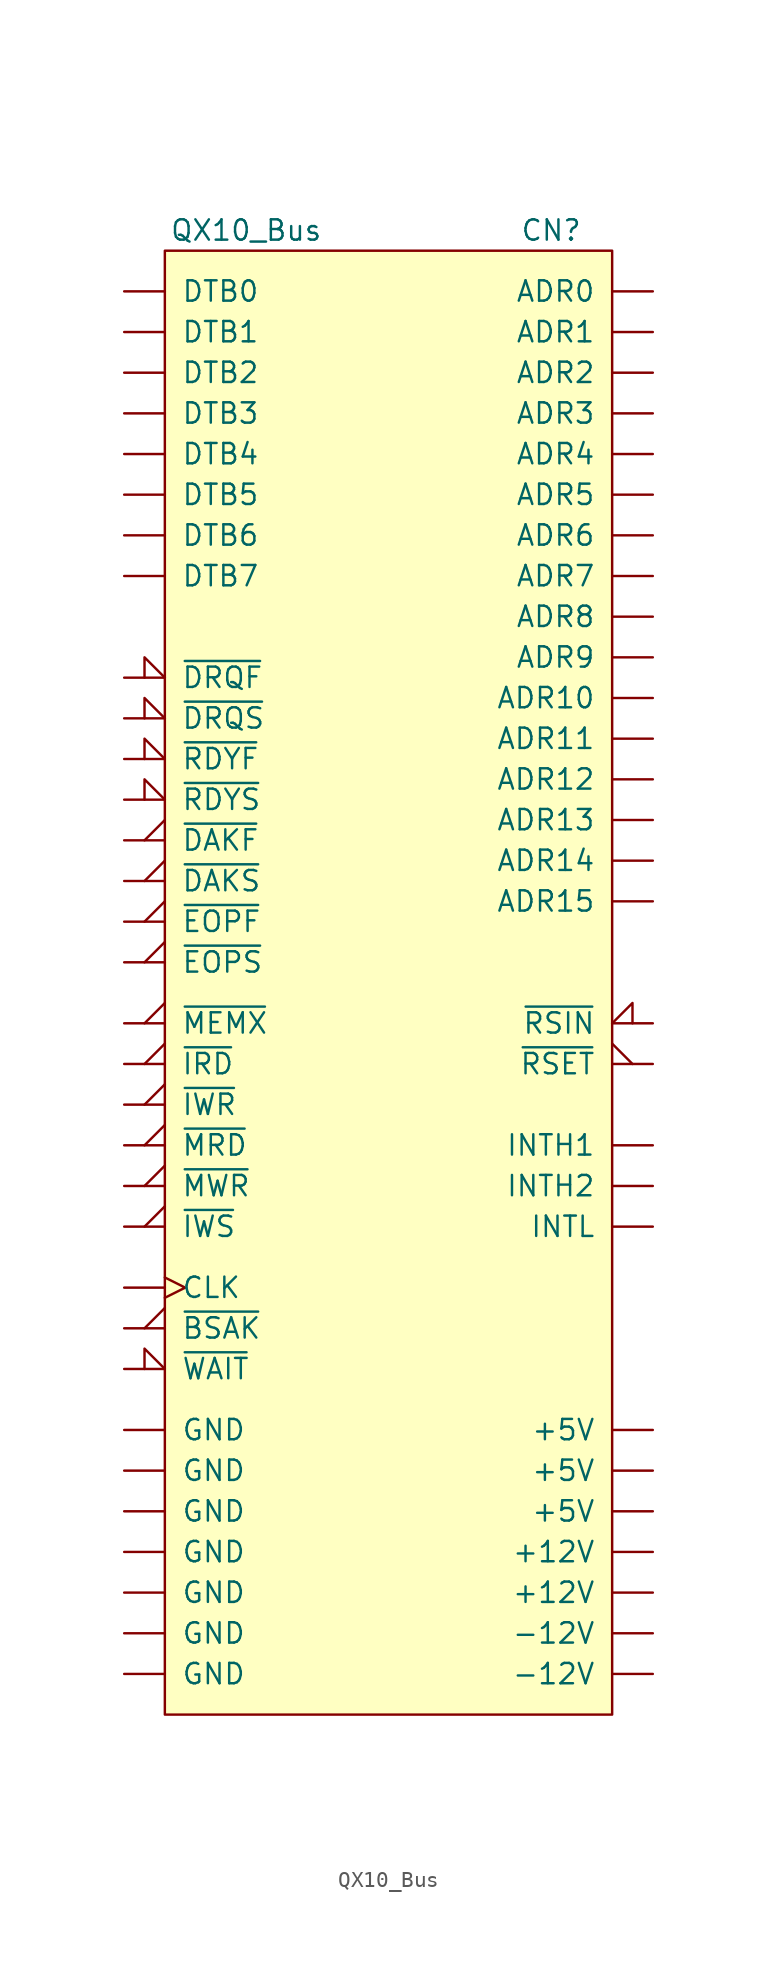
<source format=kicad_sym>
(kicad_symbol_lib
  (version 20211014)
  (generator kicad_symbol_editor)
  (symbol "QX10_Bus"
    (pin_numbers hide)
    (pin_names
      (offset 1.016))
    (property "Reference" "CN"
      (at 15.24 -3.81 0)
      (effects (font (size 1.27 1.27))))
    (property "Value" "QX10_Bus"
      (at -3.81 -3.81 0)
      (effects (font (size 1.27 1.27))))
    (symbol "QX10_Bus_0_1"
      (rectangle (start -8.89 -5.08) (end 19.05 -96.52) (stroke (width 0) (type default) (color 0 0 0 0)) (fill (type background))))
    (symbol "QX10_Bus_1_1"
      (pin power_out line (at -11.43 -78.74 0) (length 2.54) (name "GND" (effects (font (size 1.27 1.27)))) (number "1" (effects (font (size 1.27 1.27)))))
      (pin bidirectional line (at -11.43 -25.4 0) (length 2.54) (name "DTB7" (effects (font (size 1.27 1.27)))) (number "10" (effects (font (size 1.27 1.27)))))
      (pin power_out line (at 21.59 -91.44 180) (length 2.54) (name "-12V" (effects (font (size 1.27 1.27)))) (number "11" (effects (font (size 1.27 1.27)))))
      (pin passive line (at 21.59 -93.98 180) (length 2.54) (name "-12V" (effects (font (size 1.27 1.27)))) (number "12" (effects (font (size 1.27 1.27)))))
      (pin output line (at 21.59 -7.62 180) (length 2.54) (name "ADR0" (effects (font (size 1.27 1.27)))) (number "13" (effects (font (size 1.27 1.27)))))
      (pin output line (at 21.59 -10.16 180) (length 2.54) (name "ADR1" (effects (font (size 1.27 1.27)))) (number "14" (effects (font (size 1.27 1.27)))))
      (pin output line (at 21.59 -12.7 180) (length 2.54) (name "ADR2" (effects (font (size 1.27 1.27)))) (number "15" (effects (font (size 1.27 1.27)))))
      (pin output line (at 21.59 -15.24 180) (length 2.54) (name "ADR3" (effects (font (size 1.27 1.27)))) (number "16" (effects (font (size 1.27 1.27)))))
      (pin output line (at 21.59 -17.78 180) (length 2.54) (name "ADR4" (effects (font (size 1.27 1.27)))) (number "17" (effects (font (size 1.27 1.27)))))
      (pin output line (at 21.59 -20.32 180) (length 2.54) (name "ADR5" (effects (font (size 1.27 1.27)))) (number "18" (effects (font (size 1.27 1.27)))))
      (pin output line (at 21.59 -22.86 180) (length 2.54) (name "ADR6" (effects (font (size 1.27 1.27)))) (number "19" (effects (font (size 1.27 1.27)))))
      (pin passive line (at -11.43 -81.28 0) (length 2.54) (name "GND" (effects (font (size 1.27 1.27)))) (number "2" (effects (font (size 1.27 1.27)))))
      (pin output line (at 21.59 -25.4 180) (length 2.54) (name "ADR7" (effects (font (size 1.27 1.27)))) (number "20" (effects (font (size 1.27 1.27)))))
      (pin output line (at 21.59 -27.94 180) (length 2.54) (name "ADR8" (effects (font (size 1.27 1.27)))) (number "21" (effects (font (size 1.27 1.27)))))
      (pin output line (at 21.59 -30.48 180) (length 2.54) (name "ADR9" (effects (font (size 1.27 1.27)))) (number "22" (effects (font (size 1.27 1.27)))))
      (pin output line (at 21.59 -33.02 180) (length 2.54) (name "ADR10" (effects (font (size 1.27 1.27)))) (number "23" (effects (font (size 1.27 1.27)))))
      (pin output line (at 21.59 -35.56 180) (length 2.54) (name "ADR11" (effects (font (size 1.27 1.27)))) (number "24" (effects (font (size 1.27 1.27)))))
      (pin output line (at 21.59 -38.1 180) (length 2.54) (name "ADR12" (effects (font (size 1.27 1.27)))) (number "25" (effects (font (size 1.27 1.27)))))
      (pin output line (at 21.59 -40.64 180) (length 2.54) (name "ADR13" (effects (font (size 1.27 1.27)))) (number "26" (effects (font (size 1.27 1.27)))))
      (pin output line (at 21.59 -43.18 180) (length 2.54) (name "ADR14" (effects (font (size 1.27 1.27)))) (number "27" (effects (font (size 1.27 1.27)))))
      (pin output line (at 21.59 -45.72 180) (length 2.54) (name "ADR15" (effects (font (size 1.27 1.27)))) (number "28" (effects (font (size 1.27 1.27)))))
      (pin passive line (at -11.43 -83.82 0) (length 2.54) (name "GND" (effects (font (size 1.27 1.27)))) (number "29" (effects (font (size 1.27 1.27)))))
      (pin bidirectional line (at -11.43 -7.62 0) (length 2.54) (name "DTB0" (effects (font (size 1.27 1.27)))) (number "3" (effects (font (size 1.27 1.27)))))
      (pin passive line (at -11.43 -86.36 0) (length 2.54) (name "GND" (effects (font (size 1.27 1.27)))) (number "30" (effects (font (size 1.27 1.27)))))
      (pin output clock (at -11.43 -69.85 0) (length 2.54) (name "CLK" (effects (font (size 1.27 1.27)))) (number "31" (effects (font (size 1.27 1.27)))))
      (pin passive line (at -11.43 -88.9 0) (length 2.54) (name "GND" (effects (font (size 1.27 1.27)))) (number "32" (effects (font (size 1.27 1.27)))))
      (pin output output_low (at -11.43 -72.39 0) (length 2.54) (name "~{BSAK}" (effects (font (size 1.27 1.27)))) (number "33" (effects (font (size 1.27 1.27)))))
      (pin output output_low (at -11.43 -53.34 0) (length 2.54) (name "~{MEMX}" (effects (font (size 1.27 1.27)))) (number "34" (effects (font (size 1.27 1.27)))))
      (pin output output_low (at -11.43 -55.88 0) (length 2.54) (name "~{IRD}" (effects (font (size 1.27 1.27)))) (number "35" (effects (font (size 1.27 1.27)))))
      (pin output output_low (at -11.43 -58.42 0) (length 2.54) (name "~{IWR}" (effects (font (size 1.27 1.27)))) (number "36" (effects (font (size 1.27 1.27)))))
      (pin output output_low (at -11.43 -60.96 0) (length 2.54) (name "~{MRD}" (effects (font (size 1.27 1.27)))) (number "37" (effects (font (size 1.27 1.27)))))
      (pin output output_low (at -11.43 -63.5 0) (length 2.54) (name "~{MWR}" (effects (font (size 1.27 1.27)))) (number "38" (effects (font (size 1.27 1.27)))))
      (pin input input_low (at 21.59 -53.34 180) (length 2.54) (name "~{RSIN}" (effects (font (size 1.27 1.27)))) (number "39" (effects (font (size 1.27 1.27)))))
      (pin bidirectional line (at -11.43 -10.16 0) (length 2.54) (name "DTB1" (effects (font (size 1.27 1.27)))) (number "4" (effects (font (size 1.27 1.27)))))
      (pin input line (at 21.59 -60.96 180) (length 2.54) (name "INTH1" (effects (font (size 1.27 1.27)))) (number "40" (effects (font (size 1.27 1.27)))))
      (pin input line (at 21.59 -63.5 180) (length 2.54) (name "INTH2" (effects (font (size 1.27 1.27)))) (number "41" (effects (font (size 1.27 1.27)))))
      (pin input line (at 21.59 -66.04 180) (length 2.54) (name "INTL" (effects (font (size 1.27 1.27)))) (number "42" (effects (font (size 1.27 1.27)))))
      (pin power_out line (at 21.59 -78.74 180) (length 2.54) (name "+5V" (effects (font (size 1.27 1.27)))) (number "43" (effects (font (size 1.27 1.27)))))
      (pin output output_low (at 21.59 -55.88 180) (length 2.54) (name "~{RSET}" (effects (font (size 1.27 1.27)))) (number "44" (effects (font (size 1.27 1.27)))))
      (pin passive line (at 21.59 -81.28 180) (length 2.54) (name "+5V" (effects (font (size 1.27 1.27)))) (number "45" (effects (font (size 1.27 1.27)))))
      (pin passive line (at 21.59 -83.82 180) (length 2.54) (name "+5V" (effects (font (size 1.27 1.27)))) (number "46" (effects (font (size 1.27 1.27)))))
      (pin input input_low (at -11.43 -31.75 0) (length 2.54) (name "~{DRQF}" (effects (font (size 1.27 1.27)))) (number "47" (effects (font (size 1.27 1.27)))))
      (pin input input_low (at -11.43 -34.29 0) (length 2.54) (name "~{DRQS}" (effects (font (size 1.27 1.27)))) (number "48" (effects (font (size 1.27 1.27)))))
      (pin input input_low (at -11.43 -36.83 0) (length 2.54) (name "~{RDYF}" (effects (font (size 1.27 1.27)))) (number "49" (effects (font (size 1.27 1.27)))))
      (pin bidirectional line (at -11.43 -12.7 0) (length 2.54) (name "DTB2" (effects (font (size 1.27 1.27)))) (number "5" (effects (font (size 1.27 1.27)))))
      (pin input input_low (at -11.43 -39.37 0) (length 2.54) (name "~{RDYS}" (effects (font (size 1.27 1.27)))) (number "50" (effects (font (size 1.27 1.27)))))
      (pin input input_low (at -11.43 -74.93 0) (length 2.54) (name "~{WAIT}" (effects (font (size 1.27 1.27)))) (number "51" (effects (font (size 1.27 1.27)))))
      (pin output output_low (at -11.43 -66.04 0) (length 2.54) (name "~{IWS}" (effects (font (size 1.27 1.27)))) (number "52" (effects (font (size 1.27 1.27)))))
      (pin output output_low (at -11.43 -41.91 0) (length 2.54) (name "~{DAKF}" (effects (font (size 1.27 1.27)))) (number "53" (effects (font (size 1.27 1.27)))))
      (pin output output_low (at -11.43 -44.45 0) (length 2.54) (name "~{DAKS}" (effects (font (size 1.27 1.27)))) (number "54" (effects (font (size 1.27 1.27)))))
      (pin output output_low (at -11.43 -46.99 0) (length 2.54) (name "~{EOPF}" (effects (font (size 1.27 1.27)))) (number "55" (effects (font (size 1.27 1.27)))))
      (pin output output_low (at -11.43 -49.53 0) (length 2.54) (name "~{EOPS}" (effects (font (size 1.27 1.27)))) (number "56" (effects (font (size 1.27 1.27)))))
      (pin power_out line (at 21.59 -86.36 180) (length 2.54) (name "+12V" (effects (font (size 1.27 1.27)))) (number "57" (effects (font (size 1.27 1.27)))))
      (pin passive line (at 21.59 -88.9 180) (length 2.54) (name "+12V" (effects (font (size 1.27 1.27)))) (number "58" (effects (font (size 1.27 1.27)))))
      (pin passive line (at -11.43 -91.44 0) (length 2.54) (name "GND" (effects (font (size 1.27 1.27)))) (number "59" (effects (font (size 1.27 1.27)))))
      (pin bidirectional line (at -11.43 -15.24 0) (length 2.54) (name "DTB3" (effects (font (size 1.27 1.27)))) (number "6" (effects (font (size 1.27 1.27)))))
      (pin passive line (at -11.43 -93.98 0) (length 2.54) (name "GND" (effects (font (size 1.27 1.27)))) (number "60" (effects (font (size 1.27 1.27)))))
      (pin bidirectional line (at -11.43 -17.78 0) (length 2.54) (name "DTB4" (effects (font (size 1.27 1.27)))) (number "7" (effects (font (size 1.27 1.27)))))
      (pin bidirectional line (at -11.43 -20.32 0) (length 2.54) (name "DTB5" (effects (font (size 1.27 1.27)))) (number "8" (effects (font (size 1.27 1.27)))))
      (pin bidirectional line (at -11.43 -22.86 0) (length 2.54) (name "DTB6" (effects (font (size 1.27 1.27)))) (number "9" (effects (font (size 1.27 1.27))))))))
</source>
